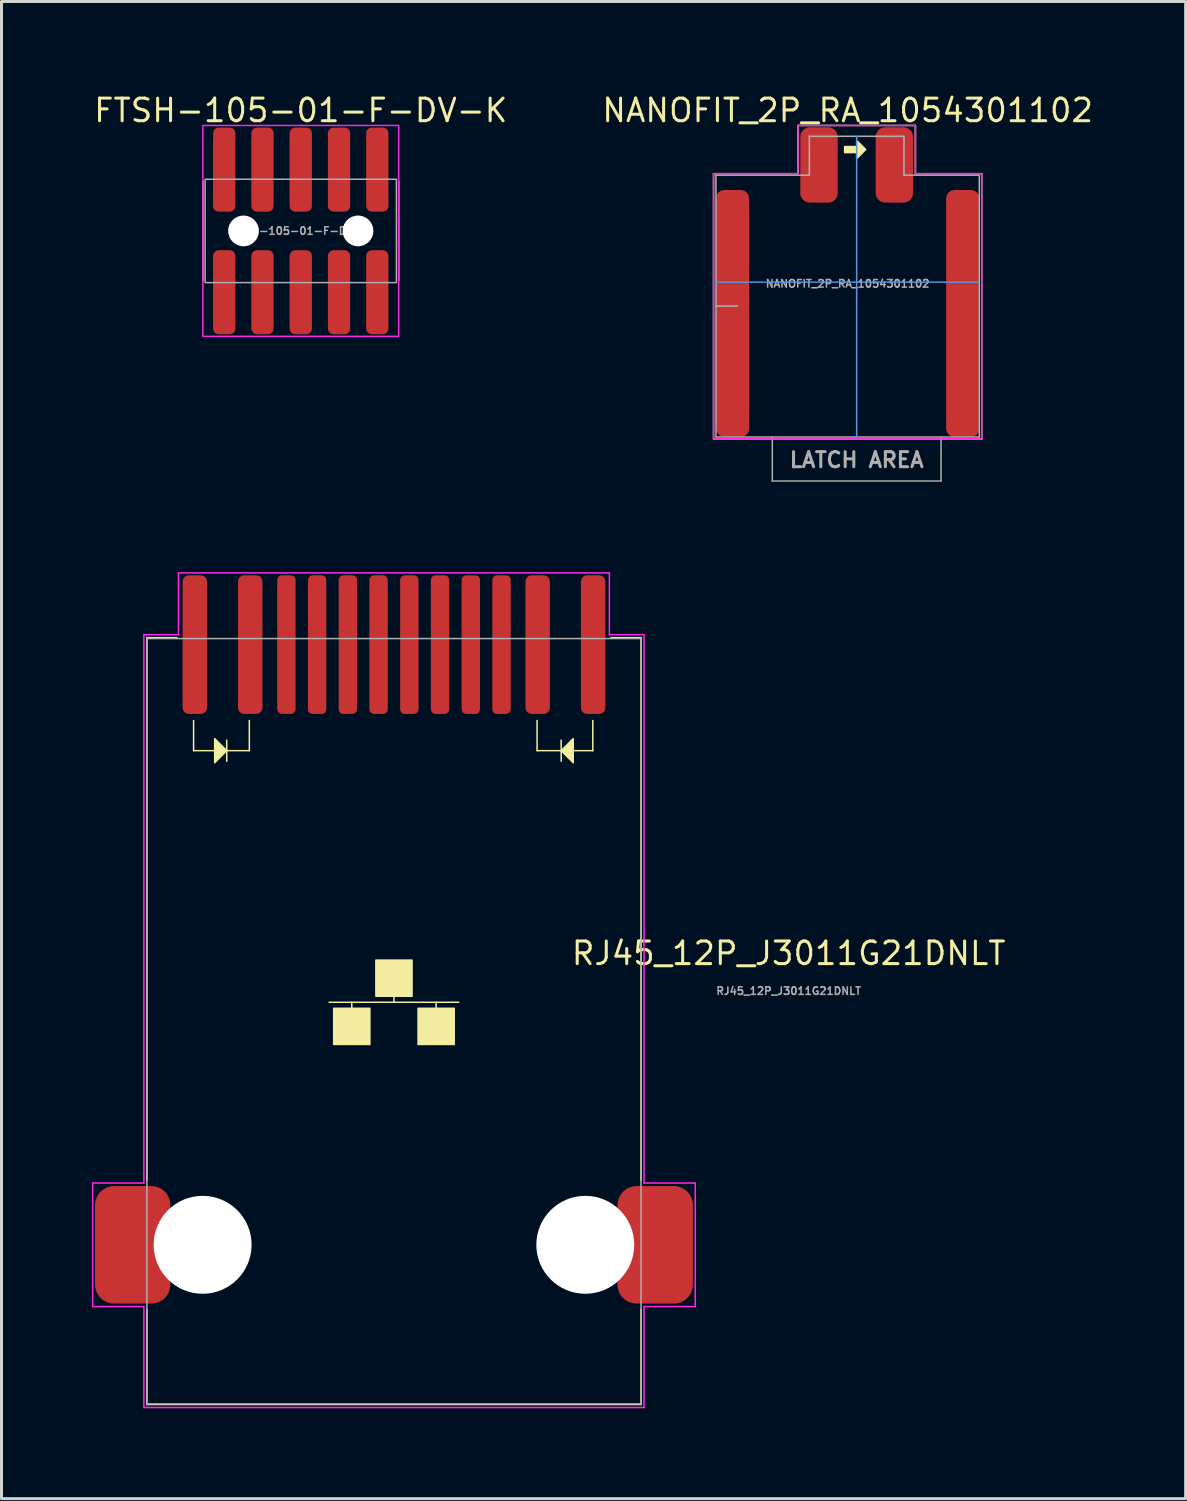
<source format=kicad_pcb>
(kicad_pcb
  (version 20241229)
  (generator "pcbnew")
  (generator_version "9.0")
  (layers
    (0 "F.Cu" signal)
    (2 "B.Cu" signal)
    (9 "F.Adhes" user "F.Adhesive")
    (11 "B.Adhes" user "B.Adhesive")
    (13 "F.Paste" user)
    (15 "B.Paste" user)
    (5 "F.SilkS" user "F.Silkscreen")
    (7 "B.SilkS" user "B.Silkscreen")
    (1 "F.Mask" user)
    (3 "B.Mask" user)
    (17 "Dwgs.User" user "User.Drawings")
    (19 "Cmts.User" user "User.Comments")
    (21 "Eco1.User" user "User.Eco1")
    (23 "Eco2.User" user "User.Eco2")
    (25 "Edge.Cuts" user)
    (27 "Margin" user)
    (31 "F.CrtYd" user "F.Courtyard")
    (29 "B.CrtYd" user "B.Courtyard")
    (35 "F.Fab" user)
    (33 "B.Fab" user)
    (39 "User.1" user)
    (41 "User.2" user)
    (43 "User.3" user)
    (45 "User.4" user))
  (footprint "FTSH-105-01-F-DV-K"
    (layer "F.Cu")
    (at 6.932 4.614)
    (property "Reference" "FTSH-105-01-F-DV-K" (at 0 -4 0) (unlocked yes) (layer "F.SilkS") (effects (font (size 0.75 0.75) (thickness 0.1))))
    (attr smd)
    (fp_line (start -3.25 -1.65) (end -3.25 1.65) (stroke (width 0.05) (type solid)) (layer "F.SilkS"))
    (fp_line (start 3.25 -1.65) (end 3.25 1.65) (stroke (width 0.05) (type solid)) (layer "F.SilkS"))
    (fp_rect (start -3.25 -3.5) (end 3.25 3.5) (stroke (width 0.05) (type solid)) (fill no) (layer "F.CrtYd"))
    (fp_rect (start -3.175 -1.715) (end 3.175 1.715) (stroke (width 0.05) (type solid)) (fill no) (layer "F.Fab"))
    (fp_text user "${REFERENCE}" (at 0 0 0) (unlocked yes) (layer "F.Fab") (effects (font (size 0.25 0.25) (thickness 0.05))))
    (pad "" np_thru_hole circle (at -1.9 0) (size 1.02 1.02) (drill 1.02) (layers "*.Cu" "*.Mask"))
    (pad "" np_thru_hole circle (at 1.9 0) (size 1.02 1.02) (drill 1.02) (layers "*.Cu" "*.Mask"))
    (pad "1" smd roundrect (at -2.54 2.035) (size 0.74 2.79) (layers "F.Cu" "F.Mask" "F.Paste") (roundrect_rratio 0.25))
    (pad "2" smd roundrect (at -2.54 -2.035) (size 0.74 2.79) (layers "F.Cu" "F.Mask" "F.Paste") (roundrect_rratio 0.25))
    (pad "3" smd roundrect (at -1.27 2.035) (size 0.74 2.79) (layers "F.Cu" "F.Mask" "F.Paste") (roundrect_rratio 0.25))
    (pad "4" smd roundrect (at -1.27 -2.035) (size 0.74 2.79) (layers "F.Cu" "F.Mask" "F.Paste") (roundrect_rratio 0.25))
    (pad "5" smd roundrect (at 0 2.035) (size 0.74 2.79) (layers "F.Cu" "F.Mask" "F.Paste") (roundrect_rratio 0.25))
    (pad "6" smd roundrect (at 0 -2.035) (size 0.74 2.79) (layers "F.Cu" "F.Mask" "F.Paste") (roundrect_rratio 0.25))
    (pad "7" smd roundrect (at 1.27 2.035) (size 0.74 2.79) (layers "F.Cu" "F.Mask" "F.Paste") (roundrect_rratio 0.25))
    (pad "8" smd roundrect (at 1.27 -2.035) (size 0.74 2.79) (layers "F.Cu" "F.Mask" "F.Paste") (roundrect_rratio 0.25))
    (pad "9" smd roundrect (at 2.54 2.035) (size 0.74 2.79) (layers "F.Cu" "F.Mask" "F.Paste") (roundrect_rratio 0.25))
    (pad "10" smd roundrect (at 2.54 -2.035) (size 0.74 2.79) (layers "F.Cu" "F.Mask" "F.Paste") (roundrect_rratio 0.25)))
  (footprint "RJ45_12P_J3011G21DNLT"
    (layer "F.Cu")
    (at 10.025 38.264)
    (property "Reference" "RJ45_12P_J3011G21DNLT" (at 13.1 -9.675 0) (unlocked yes) (layer "F.SilkS") (effects (font (size 0.75 0.75) (thickness 0.1))))
    (attr smd)
    (fp_line (start -8.2 -20.15) (end -8.2 -2.15) (stroke (width 0.05) (type solid)) (layer "F.SilkS"))
    (fp_line (start -8.2 5.3) (end -8.2 2.15) (stroke (width 0.05) (type solid)) (layer "F.SilkS"))
    (fp_line (start -7.2 -20.15) (end -8.2 -20.15) (stroke (width 0.05) (type solid)) (layer "F.SilkS"))
    (fp_line (start -6.65 -16.4) (end -6.65 -17.4) (stroke (width 0.05) (type solid)) (layer "F.SilkS"))
    (fp_line (start -6.65 -16.4) (end -5.95 -16.4) (stroke (width 0.05) (type solid)) (layer "F.SilkS"))
    (fp_line (start -5.55 -16.75) (end -5.55 -16.4) (stroke (width 0.05) (type solid)) (layer "F.SilkS"))
    (fp_line (start -5.55 -16.4) (end -5.55 -16.05) (stroke (width 0.05) (type solid)) (layer "F.SilkS"))
    (fp_line (start -5.55 -16.4) (end -4.8 -16.4) (stroke (width 0.05) (type solid)) (layer "F.SilkS"))
    (fp_line (start -4.8 -16.4) (end -4.8 -17.4) (stroke (width 0.05) (type solid)) (layer "F.SilkS"))
    (fp_line (start -2.15 -8.05) (end 2.15 -8.05) (stroke (width 0.05) (type solid)) (layer "F.SilkS"))
    (fp_line (start -1.4 -7.85) (end -1.4 -8.05) (stroke (width 0.05) (type solid)) (layer "F.SilkS"))
    (fp_line (start 0 -8.35) (end 0 -8.05) (stroke (width 0.05) (type solid)) (layer "F.SilkS"))
    (fp_line (start 1.4 -7.85) (end 1.4 -8.05) (stroke (width 0.05) (type solid)) (layer "F.SilkS"))
    (fp_line (start 4.75 -16.4) (end 4.75 -17.4) (stroke (width 0.05) (type solid)) (layer "F.SilkS"))
    (fp_line (start 4.75 -16.4) (end 5.55 -16.4) (stroke (width 0.05) (type solid)) (layer "F.SilkS"))
    (fp_line (start 5.55 -16.75) (end 5.55 -16.4) (stroke (width 0.05) (type solid)) (layer "F.SilkS"))
    (fp_line (start 5.55 -16.4) (end 5.55 -16.05) (stroke (width 0.05) (type solid)) (layer "F.SilkS"))
    (fp_line (start 5.9 -16.4) (end 6.6 -16.4) (stroke (width 0.05) (type solid)) (layer "F.SilkS"))
    (fp_line (start 6.6 -16.4) (end 6.6 -17.4) (stroke (width 0.05) (type solid)) (layer "F.SilkS"))
    (fp_line (start 7.2 -20.15) (end 8.2 -20.15) (stroke (width 0.05) (type solid)) (layer "F.SilkS"))
    (fp_line (start 8.2 -20.15) (end 8.2 -2.15) (stroke (width 0.05) (type solid)) (layer "F.SilkS"))
    (fp_line (start 8.2 2.15) (end 8.2 5.3) (stroke (width 0.05) (type solid)) (layer "F.SilkS"))
    (fp_line (start 8.2 5.3) (end -8.2 5.3) (stroke (width 0.05) (type solid)) (layer "F.SilkS"))
    (fp_rect (start -2 -6.65) (end -0.8 -7.85) (stroke (width 0.05) (type solid)) (fill yes) (layer "F.SilkS"))
    (fp_rect (start -0.6 -8.25) (end 0.6 -9.45) (stroke (width 0.05) (type solid)) (fill yes) (layer "F.SilkS"))
    (fp_rect (start 0.8 -6.65) (end 2 -7.85) (stroke (width 0.05) (type solid)) (fill yes) (layer "F.SilkS"))
    (fp_poly (pts (xy -5.95 -16.8) (xy -5.55 -16.4) (xy -5.95 -16)) (stroke (width 0.05) (type solid)) (fill yes) (layer "F.SilkS"))
    (fp_poly (pts (xy 5.95 -16) (xy 5.55 -16.4) (xy 5.95 -16.8)) (stroke (width 0.05) (type solid)) (fill yes) (layer "F.SilkS"))
    (fp_line (start -10 -2.05) (end -10 2.05) (stroke (width 0.05) (type solid)) (layer "F.CrtYd"))
    (fp_line (start -10 -2.05) (end -8.3 -2.05) (stroke (width 0.05) (type solid)) (layer "F.CrtYd"))
    (fp_line (start -10 2.05) (end -8.3 2.05) (stroke (width 0.05) (type solid)) (layer "F.CrtYd"))
    (fp_line (start -8.3 -20.25) (end -7.15 -20.25) (stroke (width 0.05) (type solid)) (layer "F.CrtYd"))
    (fp_line (start -8.3 -2.05) (end -8.3 -20.25) (stroke (width 0.05) (type solid)) (layer "F.CrtYd"))
    (fp_line (start -8.3 2.05) (end -8.3 5.4) (stroke (width 0.05) (type solid)) (layer "F.CrtYd"))
    (fp_line (start -7.15 -22.3) (end 7.15 -22.3) (stroke (width 0.05) (type solid)) (layer "F.CrtYd"))
    (fp_line (start -7.15 -20.25) (end -7.15 -22.3) (stroke (width 0.05) (type solid)) (layer "F.CrtYd"))
    (fp_line (start 7.15 -22.3) (end 7.15 -20.25) (stroke (width 0.05) (type solid)) (layer "F.CrtYd"))
    (fp_line (start 8.3 -20.25) (end 7.15 -20.25) (stroke (width 0.05) (type solid)) (layer "F.CrtYd"))
    (fp_line (start 8.3 -2.05) (end 8.3 -20.25) (stroke (width 0.05) (type solid)) (layer "F.CrtYd"))
    (fp_line (start 8.3 2.05) (end 8.3 5.4) (stroke (width 0.05) (type solid)) (layer "F.CrtYd"))
    (fp_line (start 8.3 5.4) (end -8.3 5.4) (stroke (width 0.05) (type solid)) (layer "F.CrtYd"))
    (fp_line (start 10 -2.05) (end 8.3 -2.05) (stroke (width 0.05) (type solid)) (layer "F.CrtYd"))
    (fp_line (start 10 -2.05) (end 10 2.05) (stroke (width 0.05) (type solid)) (layer "F.CrtYd"))
    (fp_line (start 10 2.05) (end 8.3 2.05) (stroke (width 0.05) (type solid)) (layer "F.CrtYd"))
    (fp_line (start -8.2 -20.12) (end 8.2 -20.12) (stroke (width 0.05) (type solid)) (layer "F.Fab"))
    (fp_line (start -8.2 5.28) (end -8.2 -20.12) (stroke (width 0.05) (type solid)) (layer "F.Fab"))
    (fp_line (start -8.2 5.28) (end 8.2 5.28) (stroke (width 0.05) (type solid)) (layer "F.Fab"))
    (fp_line (start 8.2 -20.12) (end 8.2 5.28) (stroke (width 0.05) (type solid)) (layer "F.Fab"))
    (fp_text user "${REFERENCE}" (at 13.1 -8.425 0) (unlocked yes) (layer "F.Fab") (effects (font (size 0.25 0.25) (thickness 0.05))))
    (pad "" np_thru_hole circle (at -6.35 0) (size 3.25 3.25) (drill 3.25) (layers "*.Cu" "*.Mask"))
    (pad "" np_thru_hole circle (at 6.35 0) (size 3.25 3.25) (drill 3.25) (layers "*.Cu" "*.Mask"))
    (pad "1" smd roundrect (at 6.61 -19.92) (size 0.81 4.6) (layers "F.Cu" "F.Mask" "F.Paste") (roundrect_rratio 0.25))
    (pad "2" smd roundrect (at 4.77 -19.92) (size 0.81 4.6) (layers "F.Cu" "F.Mask" "F.Paste") (roundrect_rratio 0.25))
    (pad "3" smd roundrect (at 3.57 -19.92) (size 0.61 4.6) (layers "F.Cu" "F.Mask" "F.Paste") (roundrect_rratio 0.25))
    (pad "4" smd roundrect (at 2.55 -19.92) (size 0.61 4.6) (layers "F.Cu" "F.Mask" "F.Paste") (roundrect_rratio 0.25))
    (pad "5" smd roundrect (at 1.53 -19.92) (size 0.61 4.6) (layers "F.Cu" "F.Mask" "F.Paste") (roundrect_rratio 0.25))
    (pad "6" smd roundrect (at 0.51 -19.92) (size 0.61 4.6) (layers "F.Cu" "F.Mask" "F.Paste") (roundrect_rratio 0.25))
    (pad "7" smd roundrect (at -0.51 -19.92) (size 0.61 4.6) (layers "F.Cu" "F.Mask" "F.Paste") (roundrect_rratio 0.25))
    (pad "8" smd roundrect (at -1.53 -19.92) (size 0.61 4.6) (layers "F.Cu" "F.Mask" "F.Paste") (roundrect_rratio 0.25))
    (pad "9" smd roundrect (at -2.55 -19.92) (size 0.61 4.6) (layers "F.Cu" "F.Mask" "F.Paste") (roundrect_rratio 0.25))
    (pad "10" smd roundrect (at -3.57 -19.92) (size 0.61 4.6) (layers "F.Cu" "F.Mask" "F.Paste") (roundrect_rratio 0.25))
    (pad "11" smd roundrect (at -4.77 -19.92) (size 0.81 4.6) (layers "F.Cu" "F.Mask" "F.Paste") (roundrect_rratio 0.25))
    (pad "12" smd roundrect (at -6.61 -19.92) (size 0.81 4.6) (layers "F.Cu" "F.Mask" "F.Paste") (roundrect_rratio 0.25))
    (pad "S1" smd roundrect (at -8.67 0) (size 2.5 3.9) (layers "F.Cu" "F.Mask" "F.Paste") (roundrect_rratio 0.25))
    (pad "S2" smd roundrect (at 8.67 0) (size 2.5 3.9) (layers "F.Cu" "F.Mask" "F.Paste") (roundrect_rratio 0.25)))
  (footprint "NANOFIT_2P_RA_1054301102"
    (layer "F.Cu")
    (at 25.082 6.314)
    (property "Reference" "NANOFIT_2P_RA_1054301102" (at 0 -5.7 0) (unlocked yes) (layer "F.SilkS") (effects (font (size 0.75 0.75) (thickness 0.1))))
    (attr smd)
    (fp_line (start -4.45 -3.6) (end -4.45 -3.3) (stroke (width 0.05) (type solid)) (layer "F.SilkS"))
    (fp_line (start -4.45 -3.6) (end -4.15 -3.6) (stroke (width 0.05) (type solid)) (layer "F.SilkS"))
    (fp_line (start -4.45 5.2) (end -4.45 -3.3) (stroke (width 0.05) (type solid)) (layer "F.SilkS"))
    (fp_line (start -4.45 5.2) (end 4.15 5.2) (stroke (width 0.05) (type solid)) (layer "F.SilkS"))
    (fp_line (start -1.65 -5.2) (end -1.65 -4.9) (stroke (width 0.05) (type solid)) (layer "F.SilkS"))
    (fp_line (start -1.65 -5.2) (end 1.95 -5.2) (stroke (width 0.05) (type solid)) (layer "F.SilkS"))
    (fp_line (start -1.65 -3.6) (end -4.15 -3.6) (stroke (width 0.05) (type solid)) (layer "F.SilkS"))
    (fp_line (start -1.65 -3.6) (end -1.65 -4.9) (stroke (width 0.05) (type solid)) (layer "F.SilkS"))
    (fp_line (start 2.25 -5.2) (end 1.95 -5.2) (stroke (width 0.05) (type solid)) (layer "F.SilkS"))
    (fp_line (start 2.25 -5.2) (end 2.25 -4.9) (stroke (width 0.05) (type solid)) (layer "F.SilkS"))
    (fp_line (start 2.25 -3.6) (end 2.25 -4.9) (stroke (width 0.05) (type solid)) (layer "F.SilkS"))
    (fp_line (start 2.25 -3.6) (end 4.15 -3.6) (stroke (width 0.05) (type solid)) (layer "F.SilkS"))
    (fp_line (start 4.45 -3.6) (end 4.15 -3.6) (stroke (width 0.05) (type solid)) (layer "F.SilkS"))
    (fp_line (start 4.45 -3.6) (end 4.45 -3.3) (stroke (width 0.05) (type solid)) (layer "F.SilkS"))
    (fp_line (start 4.45 5.2) (end 4.15 5.2) (stroke (width 0.05) (type solid)) (layer "F.SilkS"))
    (fp_line (start 4.45 5.2) (end 4.45 -3.3) (stroke (width 0.05) (type solid)) (layer "F.SilkS"))
    (fp_poly (pts (xy 0.3 -4.3) (xy -0.1 -4.3) (xy -0.1 -4.5) (xy 0.3 -4.5) (xy 0.3 -4.7) (xy 0.6 -4.4) (xy 0.3 -4.1)) (stroke (width 0.05) (type solid)) (fill yes) (layer "F.SilkS"))
    (fp_line (start -4.35 0) (end 4.35 0) (stroke (width 0.05) (type solid)) (layer "Cmts.User"))
    (fp_line (start 0.3 -4.84) (end 0.3 5.15) (stroke (width 0.05) (type solid)) (layer "Cmts.User"))
    (fp_line (start -4.45 -3.6) (end -1.65 -3.6) (stroke (width 0.05) (type solid)) (layer "F.CrtYd"))
    (fp_line (start -4.45 5.2) (end -4.45 -3.6) (stroke (width 0.05) (type solid)) (layer "F.CrtYd"))
    (fp_line (start -1.65 -5.2) (end 2.25 -5.2) (stroke (width 0.05) (type solid)) (layer "F.CrtYd"))
    (fp_line (start -1.65 -3.6) (end -1.65 -5.2) (stroke (width 0.05) (type solid)) (layer "F.CrtYd"))
    (fp_line (start 2.25 -5.2) (end 2.25 -3.6) (stroke (width 0.05) (type solid)) (layer "F.CrtYd"))
    (fp_line (start 2.25 -3.6) (end 4.45 -3.6) (stroke (width 0.05) (type solid)) (layer "F.CrtYd"))
    (fp_line (start 4.45 -3.6) (end 4.45 5.2) (stroke (width 0.05) (type solid)) (layer "F.CrtYd"))
    (fp_line (start 4.45 5.2) (end -4.45 5.2) (stroke (width 0.05) (type solid)) (layer "F.CrtYd"))
    (fp_line (start -4.37 -3.55) (end -1.27 -3.55) (stroke (width 0.05) (type solid)) (layer "F.Fab"))
    (fp_line (start -4.37 0.795) (end -3.65 0.795) (stroke (width 0.05) (type solid)) (layer "F.Fab"))
    (fp_line (start -4.37 5.14) (end -4.37 -3.55) (stroke (width 0.05) (type solid)) (layer "F.Fab"))
    (fp_line (start -4.37 5.14) (end 4.37 5.14) (stroke (width 0.05) (type solid)) (layer "F.Fab"))
    (fp_line (start -2.5 6.6) (end -2.5 5.15) (stroke (width 0.05) (type solid)) (layer "F.Fab"))
    (fp_line (start -2.5 6.6) (end 3.1 6.6) (stroke (width 0.05) (type solid)) (layer "F.Fab"))
    (fp_line (start -1.27 -3.55) (end -1.27 -4.84) (stroke (width 0.05) (type solid)) (layer "F.Fab"))
    (fp_line (start 1.87 -4.84) (end -1.27 -4.84) (stroke (width 0.05) (type solid)) (layer "F.Fab"))
    (fp_line (start 1.87 -3.55) (end 1.87 -4.84) (stroke (width 0.05) (type solid)) (layer "F.Fab"))
    (fp_line (start 3.1 6.6) (end 3.1 5.15) (stroke (width 0.05) (type solid)) (layer "F.Fab"))
    (fp_line (start 4.37 -3.55) (end 1.87 -3.55) (stroke (width 0.05) (type solid)) (layer "F.Fab"))
    (fp_line (start 4.37 5.14) (end 4.37 -3.55) (stroke (width 0.05) (type solid)) (layer "F.Fab"))
    (fp_text user "LATCH AREA" (at 0.3 5.9 0) (unlocked yes) (layer "F.Fab") (effects (font (size 0.5 0.5) (thickness 0.1))))
    (fp_text user "${REFERENCE}" (at 0 0.05 0) (unlocked yes) (layer "F.Fab") (effects (font (size 0.25 0.25) (thickness 0.05))))
    (pad "1" smd roundrect (at 1.55 -3.89) (size 1.24 2.5) (layers "F.Cu" "F.Mask" "F.Paste") (roundrect_rratio 0.25))
    (pad "2" smd roundrect (at -0.95 -3.89) (size 1.24 2.5) (layers "F.Cu" "F.Mask" "F.Paste") (roundrect_rratio 0.25))
    (pad "S1" smd roundrect (at -3.82 1.04) (size 1.1 8.2) (layers "F.Cu" "F.Mask" "F.Paste") (roundrect_rratio 0.25))
    (pad "S2" smd roundrect (at 3.82 1.04) (size 1.1 8.2) (layers "F.Cu" "F.Mask" "F.Paste") (roundrect_rratio 0.25)))
  (gr_rect
    (start -3 -3)
    (end 36.3 46.689)
    (stroke (width 0.1) (type default))
    (fill no)
    (layer "Edge.Cuts")))
</source>
